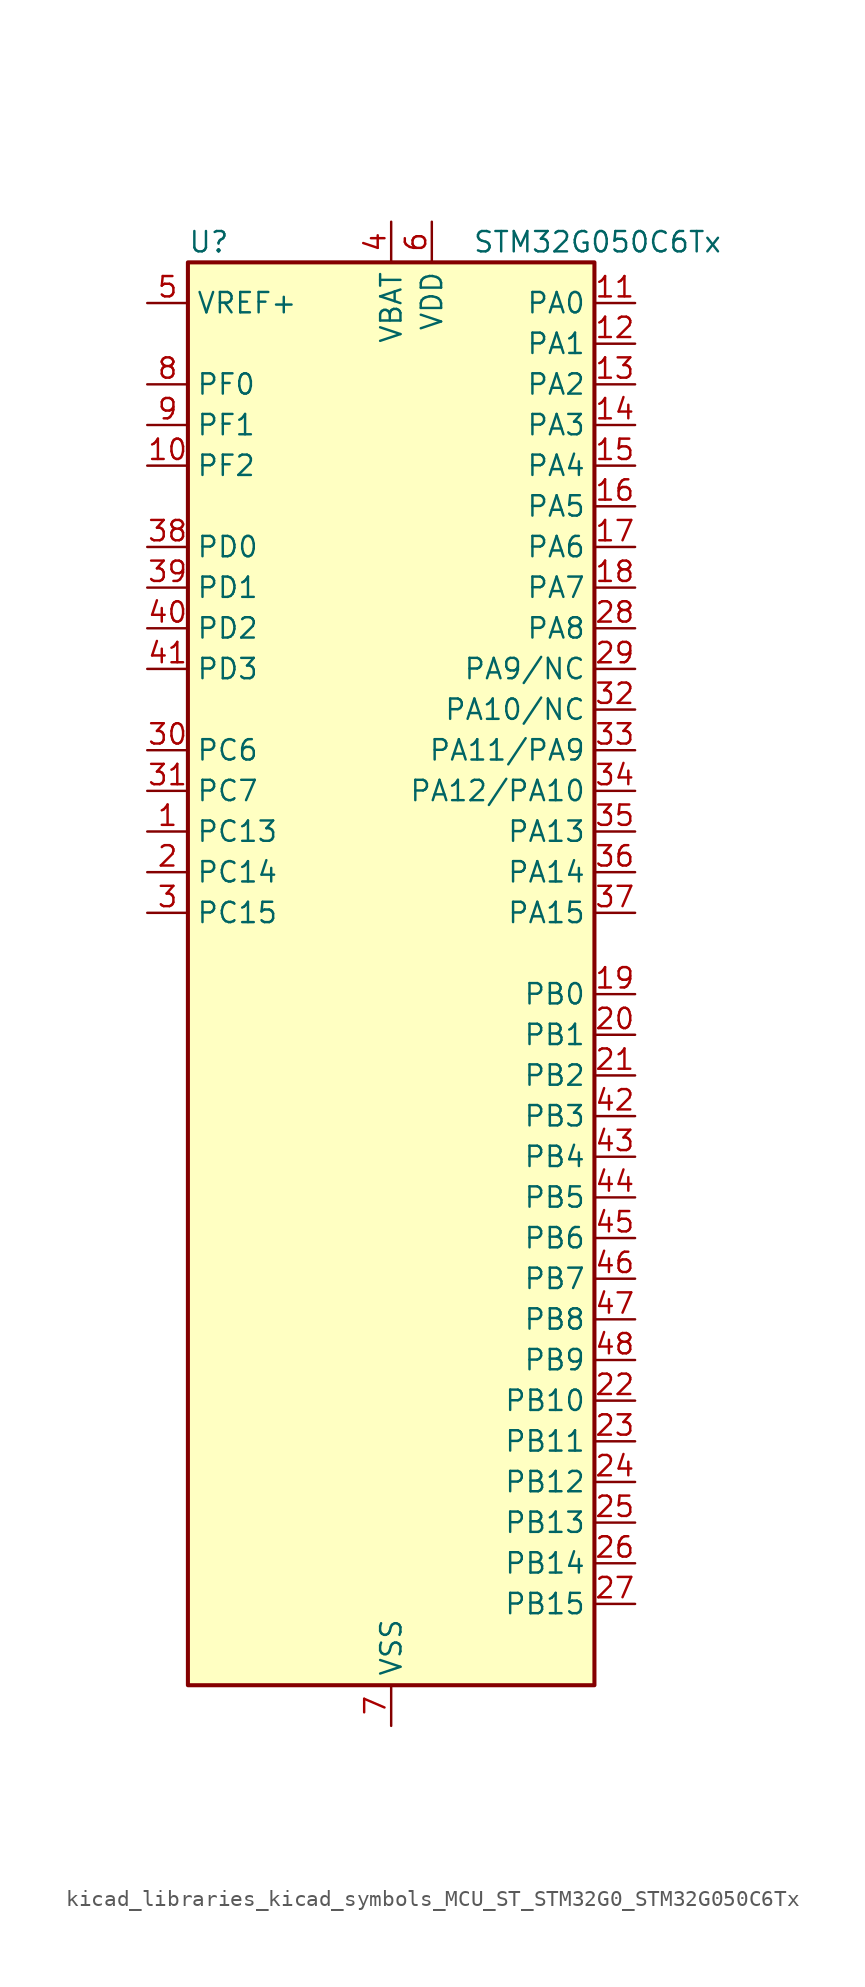
<source format=kicad_sym>
(kicad_symbol_lib
  (version 20220914)
  (generator kicad_symbol_editor)
  (symbol "kicad_libraries_kicad_symbols_MCU_ST_STM32G0_STM32G050C6Tx"
    (property "Reference" "U"
      (at -12.7 46.99 0)
      (effects (font (size 1.27 1.27)) (justify left)))
    (property "Value" "STM32G050C6Tx"
      (at 5.08 46.99 0)
      (effects (font (size 1.27 1.27)) (justify left)))
    (property "ki_locked" ""
      (at 0 0 0)
      (effects (font (size 1.27 1.27))))
    (symbol "kicad_libraries_kicad_symbols_MCU_ST_STM32G0_STM32G050C6Tx_0_1"
      (rectangle (start -12.7 -43.18) (end 12.7 45.72) (stroke (width 0.254) (type default)) (fill (type background))))
    (symbol "kicad_libraries_kicad_symbols_MCU_ST_STM32G0_STM32G050C6Tx_1_1"
      (pin bidirectional line (at -15.24 10.16 0) (length 2.54) (name "PC13" (effects (font (size 1.27 1.27)))) (number "1" (effects (font (size 1.27 1.27)))) (alternate "RTC_OUT1" bidirectional line) (alternate "RTC_TAMP_IN1" bidirectional line) (alternate "RTC_TS" bidirectional line) (alternate "SYS_WKUP2" bidirectional line) (alternate "TIM1_BK" bidirectional line))
      (pin bidirectional line (at -15.24 33.02 0) (length 2.54) (name "PF2" (effects (font (size 1.27 1.27)))) (number "10" (effects (font (size 1.27 1.27)))) (alternate "RCC_MCO" bidirectional line))
      (pin bidirectional line (at 15.24 43.18 180) (length 2.54) (name "PA0" (effects (font (size 1.27 1.27)))) (number "11" (effects (font (size 1.27 1.27)))) (alternate "ADC1_IN0" bidirectional line) (alternate "RTC_TAMP_IN2" bidirectional line) (alternate "SPI2_SCK" bidirectional line) (alternate "SYS_WKUP1" bidirectional line) (alternate "USART2_CTS" bidirectional line) (alternate "USART2_NSS" bidirectional line))
      (pin bidirectional line (at 15.24 40.64 180) (length 2.54) (name "PA1" (effects (font (size 1.27 1.27)))) (number "12" (effects (font (size 1.27 1.27)))) (alternate "ADC1_IN1" bidirectional line) (alternate "I2C1_SMBA" bidirectional line) (alternate "I2S1_CK" bidirectional line) (alternate "SPI1_SCK" bidirectional line) (alternate "TIM15_CH1N" bidirectional line) (alternate "USART2_CK" bidirectional line) (alternate "USART2_DE" bidirectional line) (alternate "USART2_RTS" bidirectional line))
      (pin bidirectional line (at 15.24 38.1 180) (length 2.54) (name "PA2" (effects (font (size 1.27 1.27)))) (number "13" (effects (font (size 1.27 1.27)))) (alternate "ADC1_IN2" bidirectional line) (alternate "I2S1_SD" bidirectional line) (alternate "RCC_LSCO" bidirectional line) (alternate "SPI1_MOSI" bidirectional line) (alternate "SYS_WKUP4" bidirectional line) (alternate "TIM15_CH1" bidirectional line) (alternate "USART2_TX" bidirectional line))
      (pin bidirectional line (at 15.24 35.56 180) (length 2.54) (name "PA3" (effects (font (size 1.27 1.27)))) (number "14" (effects (font (size 1.27 1.27)))) (alternate "ADC1_IN3" bidirectional line) (alternate "SPI2_MISO" bidirectional line) (alternate "TIM15_CH2" bidirectional line) (alternate "USART2_RX" bidirectional line))
      (pin bidirectional line (at 15.24 33.02 180) (length 2.54) (name "PA4" (effects (font (size 1.27 1.27)))) (number "15" (effects (font (size 1.27 1.27)))) (alternate "ADC1_IN4" bidirectional line) (alternate "I2S1_WS" bidirectional line) (alternate "RTC_OUT2" bidirectional line) (alternate "SPI1_NSS" bidirectional line) (alternate "SPI2_MOSI" bidirectional line) (alternate "TIM14_CH1" bidirectional line))
      (pin bidirectional line (at 15.24 30.48 180) (length 2.54) (name "PA5" (effects (font (size 1.27 1.27)))) (number "16" (effects (font (size 1.27 1.27)))) (alternate "ADC1_IN5" bidirectional line) (alternate "I2S1_CK" bidirectional line) (alternate "SPI1_SCK" bidirectional line))
      (pin bidirectional line (at 15.24 27.94 180) (length 2.54) (name "PA6" (effects (font (size 1.27 1.27)))) (number "17" (effects (font (size 1.27 1.27)))) (alternate "ADC1_IN6" bidirectional line) (alternate "I2S1_MCK" bidirectional line) (alternate "SPI1_MISO" bidirectional line) (alternate "TIM16_CH1" bidirectional line) (alternate "TIM1_BK" bidirectional line) (alternate "TIM3_CH1" bidirectional line))
      (pin bidirectional line (at 15.24 25.4 180) (length 2.54) (name "PA7" (effects (font (size 1.27 1.27)))) (number "18" (effects (font (size 1.27 1.27)))) (alternate "ADC1_IN7" bidirectional line) (alternate "I2S1_SD" bidirectional line) (alternate "SPI1_MOSI" bidirectional line) (alternate "TIM14_CH1" bidirectional line) (alternate "TIM17_CH1" bidirectional line) (alternate "TIM1_CH1N" bidirectional line) (alternate "TIM3_CH2" bidirectional line))
      (pin bidirectional line (at 15.24 0 180) (length 2.54) (name "PB0" (effects (font (size 1.27 1.27)))) (number "19" (effects (font (size 1.27 1.27)))) (alternate "ADC1_IN8" bidirectional line) (alternate "I2S1_WS" bidirectional line) (alternate "SPI1_NSS" bidirectional line) (alternate "TIM1_CH2N" bidirectional line) (alternate "TIM3_CH3" bidirectional line))
      (pin bidirectional line (at -15.24 7.62 0) (length 2.54) (name "PC14" (effects (font (size 1.27 1.27)))) (number "2" (effects (font (size 1.27 1.27)))) (alternate "RCC_OSC32_IN" bidirectional line) (alternate "TIM1_BK2" bidirectional line))
      (pin bidirectional line (at 15.24 -2.54 180) (length 2.54) (name "PB1" (effects (font (size 1.27 1.27)))) (number "20" (effects (font (size 1.27 1.27)))) (alternate "ADC1_IN9" bidirectional line) (alternate "TIM14_CH1" bidirectional line) (alternate "TIM1_CH3N" bidirectional line) (alternate "TIM3_CH4" bidirectional line))
      (pin bidirectional line (at 15.24 -5.08 180) (length 2.54) (name "PB2" (effects (font (size 1.27 1.27)))) (number "21" (effects (font (size 1.27 1.27)))) (alternate "ADC1_IN10" bidirectional line) (alternate "SPI2_MISO" bidirectional line))
      (pin bidirectional line (at 15.24 -25.4 180) (length 2.54) (name "PB10" (effects (font (size 1.27 1.27)))) (number "22" (effects (font (size 1.27 1.27)))) (alternate "ADC1_IN11" bidirectional line) (alternate "I2C2_SCL" bidirectional line) (alternate "SPI2_SCK" bidirectional line))
      (pin bidirectional line (at 15.24 -27.94 180) (length 2.54) (name "PB11" (effects (font (size 1.27 1.27)))) (number "23" (effects (font (size 1.27 1.27)))) (alternate "ADC1_EXTI11" bidirectional line) (alternate "ADC1_IN15" bidirectional line) (alternate "I2C2_SDA" bidirectional line) (alternate "SPI2_MOSI" bidirectional line))
      (pin bidirectional line (at 15.24 -30.48 180) (length 2.54) (name "PB12" (effects (font (size 1.27 1.27)))) (number "24" (effects (font (size 1.27 1.27)))) (alternate "ADC1_IN16" bidirectional line) (alternate "SPI2_NSS" bidirectional line) (alternate "TIM15_BK" bidirectional line) (alternate "TIM1_BK" bidirectional line))
      (pin bidirectional line (at 15.24 -33.02 180) (length 2.54) (name "PB13" (effects (font (size 1.27 1.27)))) (number "25" (effects (font (size 1.27 1.27)))) (alternate "I2C2_SCL" bidirectional line) (alternate "SPI2_SCK" bidirectional line) (alternate "TIM15_CH1N" bidirectional line) (alternate "TIM1_CH1N" bidirectional line))
      (pin bidirectional line (at 15.24 -35.56 180) (length 2.54) (name "PB14" (effects (font (size 1.27 1.27)))) (number "26" (effects (font (size 1.27 1.27)))) (alternate "I2C2_SDA" bidirectional line) (alternate "SPI2_MISO" bidirectional line) (alternate "TIM15_CH1" bidirectional line) (alternate "TIM1_CH2N" bidirectional line))
      (pin bidirectional line (at 15.24 -38.1 180) (length 2.54) (name "PB15" (effects (font (size 1.27 1.27)))) (number "27" (effects (font (size 1.27 1.27)))) (alternate "RTC_REFIN" bidirectional line) (alternate "SPI2_MOSI" bidirectional line) (alternate "TIM15_CH1N" bidirectional line) (alternate "TIM15_CH2" bidirectional line) (alternate "TIM1_CH3N" bidirectional line))
      (pin bidirectional line (at 15.24 22.86 180) (length 2.54) (name "PA8" (effects (font (size 1.27 1.27)))) (number "28" (effects (font (size 1.27 1.27)))) (alternate "RCC_MCO" bidirectional line) (alternate "SPI2_NSS" bidirectional line) (alternate "TIM1_CH1" bidirectional line))
      (pin bidirectional line (at 15.24 20.32 180) (length 2.54) (name "PA9/NC" (effects (font (size 1.27 1.27)))) (number "29" (effects (font (size 1.27 1.27)))) (alternate "I2C1_SCL" bidirectional line) (alternate "RCC_MCO" bidirectional line) (alternate "SPI2_MISO" bidirectional line) (alternate "TIM15_BK" bidirectional line) (alternate "TIM1_CH2" bidirectional line) (alternate "USART1_TX" bidirectional line))
      (pin bidirectional line (at -15.24 5.08 0) (length 2.54) (name "PC15" (effects (font (size 1.27 1.27)))) (number "3" (effects (font (size 1.27 1.27)))) (alternate "RCC_OSC32_EN" bidirectional line) (alternate "RCC_OSC32_OUT" bidirectional line) (alternate "RCC_OSC_EN" bidirectional line) (alternate "TIM15_BK" bidirectional line))
      (pin bidirectional line (at -15.24 15.24 0) (length 2.54) (name "PC6" (effects (font (size 1.27 1.27)))) (number "30" (effects (font (size 1.27 1.27)))) (alternate "TIM3_CH1" bidirectional line))
      (pin bidirectional line (at -15.24 12.7 0) (length 2.54) (name "PC7" (effects (font (size 1.27 1.27)))) (number "31" (effects (font (size 1.27 1.27)))) (alternate "TIM3_CH2" bidirectional line))
      (pin bidirectional line (at 15.24 17.78 180) (length 2.54) (name "PA10/NC" (effects (font (size 1.27 1.27)))) (number "32" (effects (font (size 1.27 1.27)))) (alternate "I2C1_SDA" bidirectional line) (alternate "SPI2_MOSI" bidirectional line) (alternate "TIM17_BK" bidirectional line) (alternate "TIM1_CH3" bidirectional line) (alternate "USART1_RX" bidirectional line))
      (pin bidirectional line (at 15.24 15.24 180) (length 2.54) (name "PA11/PA9" (effects (font (size 1.27 1.27)))) (number "33" (effects (font (size 1.27 1.27)))) (alternate "ADC1_EXTI11" bidirectional line) (alternate "I2C2_SCL" bidirectional line) (alternate "I2S1_MCK" bidirectional line) (alternate "SPI1_MISO" bidirectional line) (alternate "TIM1_BK2" bidirectional line) (alternate "TIM1_CH4" bidirectional line) (alternate "USART1_CTS" bidirectional line) (alternate "USART1_NSS" bidirectional line))
      (pin bidirectional line (at 15.24 12.7 180) (length 2.54) (name "PA12/PA10" (effects (font (size 1.27 1.27)))) (number "34" (effects (font (size 1.27 1.27)))) (alternate "I2C2_SDA" bidirectional line) (alternate "I2S1_SD" bidirectional line) (alternate "I2S_CKIN" bidirectional line) (alternate "SPI1_MOSI" bidirectional line) (alternate "TIM1_ETR" bidirectional line) (alternate "USART1_CK" bidirectional line) (alternate "USART1_DE" bidirectional line) (alternate "USART1_RTS" bidirectional line))
      (pin bidirectional line (at 15.24 10.16 180) (length 2.54) (name "PA13" (effects (font (size 1.27 1.27)))) (number "35" (effects (font (size 1.27 1.27)))) (alternate "ADC1_IN17" bidirectional line) (alternate "IR_OUT" bidirectional line) (alternate "SYS_SWDIO" bidirectional line))
      (pin bidirectional line (at 15.24 7.62 180) (length 2.54) (name "PA14" (effects (font (size 1.27 1.27)))) (number "36" (effects (font (size 1.27 1.27)))) (alternate "ADC1_IN18" bidirectional line) (alternate "SYS_SWCLK" bidirectional line) (alternate "USART2_TX" bidirectional line))
      (pin bidirectional line (at 15.24 5.08 180) (length 2.54) (name "PA15" (effects (font (size 1.27 1.27)))) (number "37" (effects (font (size 1.27 1.27)))) (alternate "I2S1_WS" bidirectional line) (alternate "SPI1_NSS" bidirectional line) (alternate "USART2_RX" bidirectional line))
      (pin bidirectional line (at -15.24 27.94 0) (length 2.54) (name "PD0" (effects (font (size 1.27 1.27)))) (number "38" (effects (font (size 1.27 1.27)))) (alternate "SPI2_NSS" bidirectional line) (alternate "TIM16_CH1" bidirectional line))
      (pin bidirectional line (at -15.24 25.4 0) (length 2.54) (name "PD1" (effects (font (size 1.27 1.27)))) (number "39" (effects (font (size 1.27 1.27)))) (alternate "SPI2_SCK" bidirectional line) (alternate "TIM17_CH1" bidirectional line))
      (pin power_in line (at 0 48.26 270) (length 2.54) (name "VBAT" (effects (font (size 1.27 1.27)))) (number "4" (effects (font (size 1.27 1.27)))))
      (pin bidirectional line (at -15.24 22.86 0) (length 2.54) (name "PD2" (effects (font (size 1.27 1.27)))) (number "40" (effects (font (size 1.27 1.27)))) (alternate "TIM1_CH1N" bidirectional line) (alternate "TIM3_ETR" bidirectional line))
      (pin bidirectional line (at -15.24 20.32 0) (length 2.54) (name "PD3" (effects (font (size 1.27 1.27)))) (number "41" (effects (font (size 1.27 1.27)))) (alternate "SPI2_MISO" bidirectional line) (alternate "TIM1_CH2N" bidirectional line) (alternate "USART2_CTS" bidirectional line) (alternate "USART2_NSS" bidirectional line))
      (pin bidirectional line (at 15.24 -7.62 180) (length 2.54) (name "PB3" (effects (font (size 1.27 1.27)))) (number "42" (effects (font (size 1.27 1.27)))) (alternate "I2S1_CK" bidirectional line) (alternate "SPI1_SCK" bidirectional line) (alternate "TIM1_CH2" bidirectional line) (alternate "USART1_CK" bidirectional line) (alternate "USART1_DE" bidirectional line) (alternate "USART1_RTS" bidirectional line))
      (pin bidirectional line (at 15.24 -10.16 180) (length 2.54) (name "PB4" (effects (font (size 1.27 1.27)))) (number "43" (effects (font (size 1.27 1.27)))) (alternate "I2S1_MCK" bidirectional line) (alternate "SPI1_MISO" bidirectional line) (alternate "TIM17_BK" bidirectional line) (alternate "TIM3_CH1" bidirectional line) (alternate "USART1_CTS" bidirectional line) (alternate "USART1_NSS" bidirectional line))
      (pin bidirectional line (at 15.24 -12.7 180) (length 2.54) (name "PB5" (effects (font (size 1.27 1.27)))) (number "44" (effects (font (size 1.27 1.27)))) (alternate "I2C1_SMBA" bidirectional line) (alternate "I2S1_SD" bidirectional line) (alternate "SPI1_MOSI" bidirectional line) (alternate "SYS_WKUP6" bidirectional line) (alternate "TIM16_BK" bidirectional line) (alternate "TIM3_CH2" bidirectional line))
      (pin bidirectional line (at 15.24 -15.24 180) (length 2.54) (name "PB6" (effects (font (size 1.27 1.27)))) (number "45" (effects (font (size 1.27 1.27)))) (alternate "I2C1_SCL" bidirectional line) (alternate "SPI2_MISO" bidirectional line) (alternate "TIM16_CH1N" bidirectional line) (alternate "TIM1_CH3" bidirectional line) (alternate "USART1_TX" bidirectional line))
      (pin bidirectional line (at 15.24 -17.78 180) (length 2.54) (name "PB7" (effects (font (size 1.27 1.27)))) (number "46" (effects (font (size 1.27 1.27)))) (alternate "I2C1_SDA" bidirectional line) (alternate "SPI2_MOSI" bidirectional line) (alternate "SYS_PVD_IN" bidirectional line) (alternate "TIM17_CH1N" bidirectional line) (alternate "USART1_RX" bidirectional line))
      (pin bidirectional line (at 15.24 -20.32 180) (length 2.54) (name "PB8" (effects (font (size 1.27 1.27)))) (number "47" (effects (font (size 1.27 1.27)))) (alternate "I2C1_SCL" bidirectional line) (alternate "SPI2_SCK" bidirectional line) (alternate "TIM15_BK" bidirectional line) (alternate "TIM16_CH1" bidirectional line))
      (pin bidirectional line (at 15.24 -22.86 180) (length 2.54) (name "PB9" (effects (font (size 1.27 1.27)))) (number "48" (effects (font (size 1.27 1.27)))) (alternate "I2C1_SDA" bidirectional line) (alternate "IR_OUT" bidirectional line) (alternate "SPI2_NSS" bidirectional line) (alternate "TIM17_CH1" bidirectional line))
      (pin input line (at -15.24 43.18 0) (length 2.54) (name "VREF+" (effects (font (size 1.27 1.27)))) (number "5" (effects (font (size 1.27 1.27)))) (alternate "VREFBUF_OUT" bidirectional line))
      (pin power_in line (at 2.54 48.26 270) (length 2.54) (name "VDD" (effects (font (size 1.27 1.27)))) (number "6" (effects (font (size 1.27 1.27)))))
      (pin power_in line (at 0 -45.72 90) (length 2.54) (name "VSS" (effects (font (size 1.27 1.27)))) (number "7" (effects (font (size 1.27 1.27)))))
      (pin bidirectional line (at -15.24 38.1 0) (length 2.54) (name "PF0" (effects (font (size 1.27 1.27)))) (number "8" (effects (font (size 1.27 1.27)))) (alternate "RCC_OSC_IN" bidirectional line) (alternate "TIM14_CH1" bidirectional line))
      (pin bidirectional line (at -15.24 35.56 0) (length 2.54) (name "PF1" (effects (font (size 1.27 1.27)))) (number "9" (effects (font (size 1.27 1.27)))) (alternate "RCC_OSC_EN" bidirectional line) (alternate "RCC_OSC_OUT" bidirectional line) (alternate "TIM15_CH1N" bidirectional line)))))
</source>
